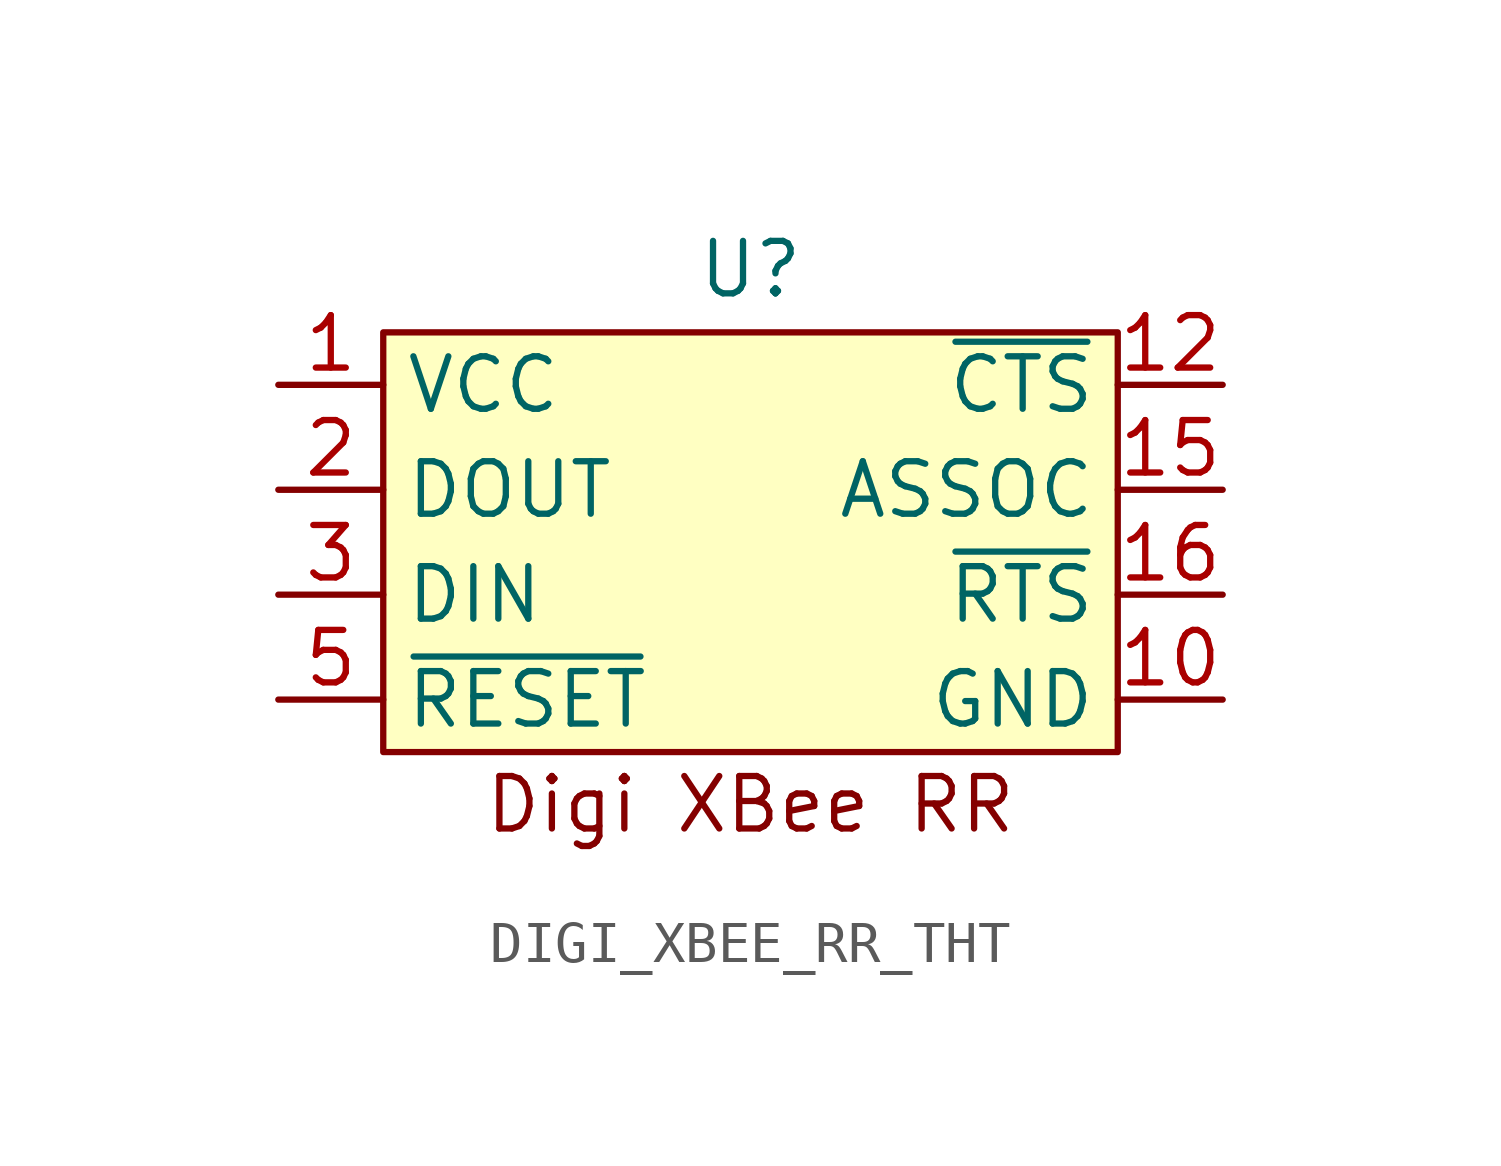
<source format=kicad_sym>
(kicad_symbol_lib
  (version 20241209)
  (generator "kicad_symbol_editor")
  (generator_version "9.0")
  (symbol "DIGI_XBEE_RR_THT"
    (property "Reference" "U"
      (at 0 7.874 0)
      (effects (font (size 1.27 1.27))))
    (property "Value" ""
      (at 0 0 0)
      (effects (font (size 1.27 1.27))))
    (symbol "DIGI_XBEE_RR_THT_1_1"
      (rectangle (start -8.89 6.35) (end 8.89 -3.81) (stroke (width 0) (type solid)) (fill (type background)))
      (text "Digi XBee RR" (at 0 -5.08 0) (effects (font (size 1.27 1.27))))
      (pin power_in line (at -11.43 5.08 0) (length 2.54) (name "VCC" (effects (font (size 1.27 1.27)))) (number "1" (effects (font (size 1.27 1.27)))))
      (pin output line (at -11.43 2.54 0) (length 2.54) (name "DOUT" (effects (font (size 1.27 1.27)))) (number "2" (effects (font (size 1.27 1.27)))))
      (pin input line (at -11.43 0 0) (length 2.54) (name "DIN" (effects (font (size 1.27 1.27)))) (number "3" (effects (font (size 1.27 1.27)))))
      (pin input line (at -11.43 -2.54 0) (length 2.54) (name "~{RESET}" (effects (font (size 1.27 1.27)))) (number "5" (effects (font (size 1.27 1.27)))))
      (pin input line (at 11.43 5.08 180) (length 2.54) (name "~{CTS}" (effects (font (size 1.27 1.27)))) (number "12" (effects (font (size 1.27 1.27)))))
      (pin output line (at 11.43 2.54 180) (length 2.54) (name "ASSOC" (effects (font (size 1.27 1.27)))) (number "15" (effects (font (size 1.27 1.27)))))
      (pin output line (at 11.43 0 180) (length 2.54) (name "~{RTS}" (effects (font (size 1.27 1.27)))) (number "16" (effects (font (size 1.27 1.27)))))
      (pin power_out line (at 11.43 -2.54 180) (length 2.54) (name "GND" (effects (font (size 1.27 1.27)))) (number "10" (effects (font (size 1.27 1.27))))))))
</source>
